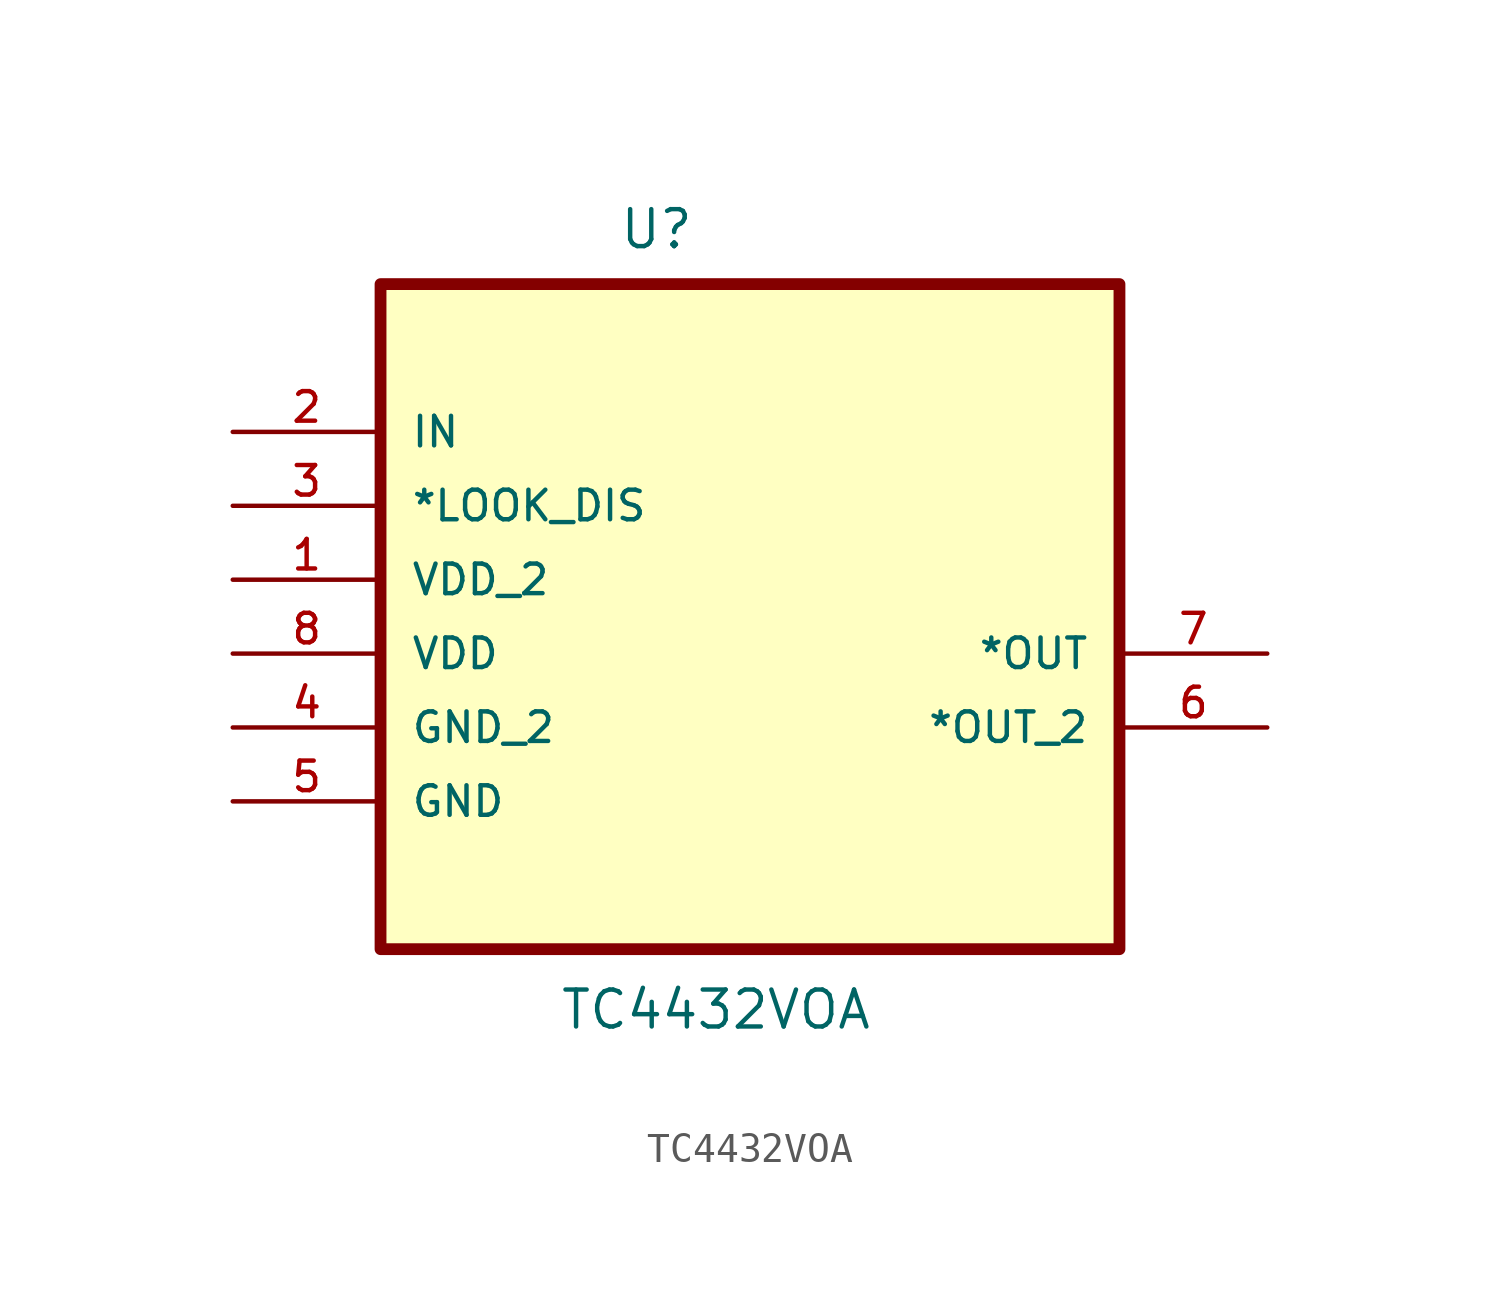
<source format=kicad_sym>
(kicad_symbol_lib
  (version 20211014)
  (generator kicad_symbol_editor)
  (symbol "TC4432VOA"
    (pin_names
      (offset 1.016))
    (property "Reference" "U"
      (at -4.522 8.764 0.0)
      (effects (font (size 1.27 1.27)) (justify bottom left)))
    (property "Value" "TC4432VOA"
      (at -6.563 -18.061 0.0)
      (effects (font (size 1.27 1.27)) (justify bottom left)))
    (symbol "TC4432VOA_0_0"
      (rectangle (start -12.7 -15.24) (end 12.7 7.62) (stroke (width 0.406)) (fill (type background)))
      (pin input line (at -17.78 2.54 0) (length 5.08) (name "IN" (effects (font (size 1.016 1.016)))) (number "2" (effects (font (size 1.016 1.016)))))
      (pin input line (at -17.78 0.0 0) (length 5.08) (name "*LOOK_DIS" (effects (font (size 1.016 1.016)))) (number "3" (effects (font (size 1.016 1.016)))))
      (pin power_in line (at -17.78 -2.54 0) (length 5.08) (name "VDD_2" (effects (font (size 1.016 1.016)))) (number "1" (effects (font (size 1.016 1.016)))))
      (pin power_in line (at -17.78 -5.08 0) (length 5.08) (name "VDD" (effects (font (size 1.016 1.016)))) (number "8" (effects (font (size 1.016 1.016)))))
      (pin passive line (at -17.78 -7.62 0) (length 5.08) (name "GND_2" (effects (font (size 1.016 1.016)))) (number "4" (effects (font (size 1.016 1.016)))))
      (pin passive line (at -17.78 -10.16 0) (length 5.08) (name "GND" (effects (font (size 1.016 1.016)))) (number "5" (effects (font (size 1.016 1.016)))))
      (pin output line (at 17.78 -7.62 180.0) (length 5.08) (name "*OUT_2" (effects (font (size 1.016 1.016)))) (number "6" (effects (font (size 1.016 1.016)))))
      (pin output line (at 17.78 -5.08 180.0) (length 5.08) (name "*OUT" (effects (font (size 1.016 1.016)))) (number "7" (effects (font (size 1.016 1.016))))))))
</source>
